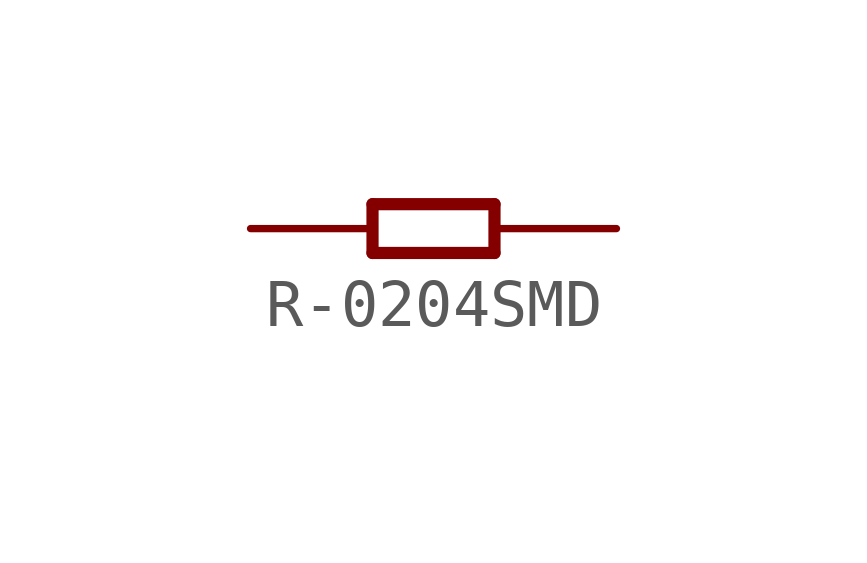
<source format=kicad_sym>
(kicad_symbol_lib
  (version 20220914)
  (generator kicad_symbol_editor)
  (symbol "R-0204SMD"
    (property "Reference" "R"
      (at -3.81 0 0)
      (effects (font (size 1.27 1.079)) (justify left bottom) hide))
    (property "ki_locked" ""
      (at 0 0 0)
      (effects (font (size 1.27 1.27))))
    (symbol "R-0204SMD_1_0"
      (polyline (pts (xy -1.27 -0.508) (xy -1.27 0.508)) (stroke (width 0.254) (type solid)) (fill (type none)))
      (polyline (pts (xy -1.27 0.508) (xy 1.27 0.508)) (stroke (width 0.254) (type solid)) (fill (type none)))
      (polyline (pts (xy 1.27 -0.508) (xy -1.27 -0.508)) (stroke (width 0.254) (type solid)) (fill (type none)))
      (polyline (pts (xy 1.27 0.508) (xy 1.27 -0.508)) (stroke (width 0.254) (type solid)) (fill (type none)))
      (pin passive line (at -3.81 0 0) (length 2.54) (name "1" (effects (font (size 0 0)))) (number "1" (effects (font (size 0 0)))))
      (pin passive line (at 3.81 0 180) (length 2.54) (name "2" (effects (font (size 0 0)))) (number "2" (effects (font (size 0 0))))))))
</source>
